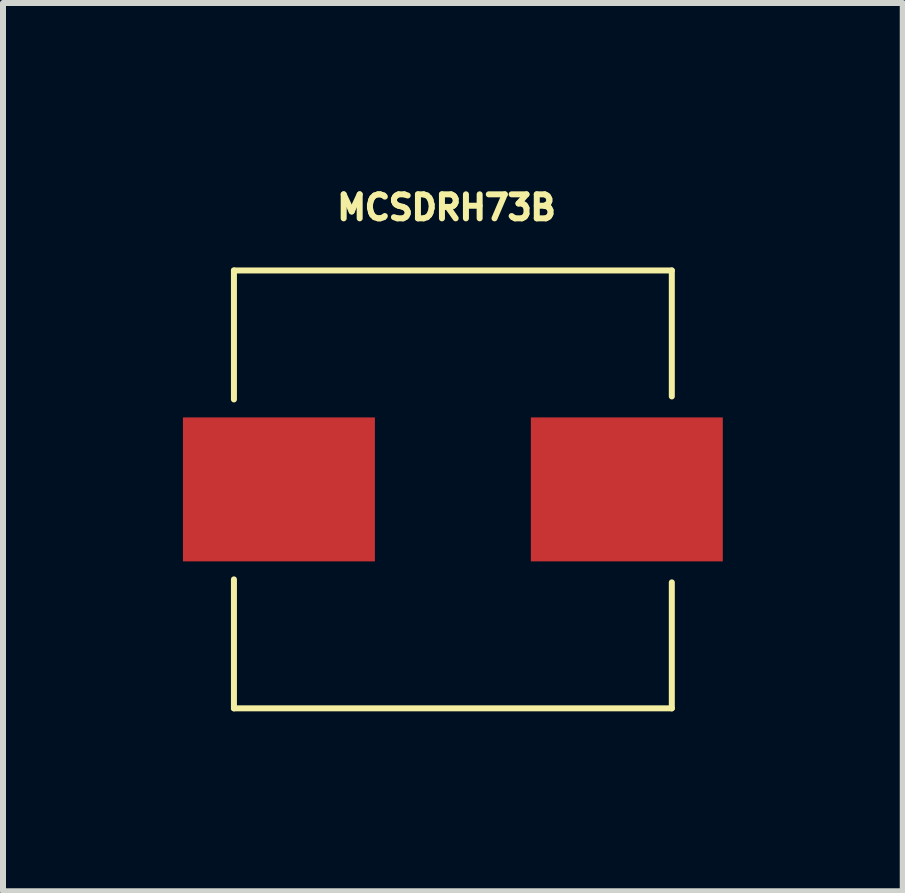
<source format=kicad_pcb>
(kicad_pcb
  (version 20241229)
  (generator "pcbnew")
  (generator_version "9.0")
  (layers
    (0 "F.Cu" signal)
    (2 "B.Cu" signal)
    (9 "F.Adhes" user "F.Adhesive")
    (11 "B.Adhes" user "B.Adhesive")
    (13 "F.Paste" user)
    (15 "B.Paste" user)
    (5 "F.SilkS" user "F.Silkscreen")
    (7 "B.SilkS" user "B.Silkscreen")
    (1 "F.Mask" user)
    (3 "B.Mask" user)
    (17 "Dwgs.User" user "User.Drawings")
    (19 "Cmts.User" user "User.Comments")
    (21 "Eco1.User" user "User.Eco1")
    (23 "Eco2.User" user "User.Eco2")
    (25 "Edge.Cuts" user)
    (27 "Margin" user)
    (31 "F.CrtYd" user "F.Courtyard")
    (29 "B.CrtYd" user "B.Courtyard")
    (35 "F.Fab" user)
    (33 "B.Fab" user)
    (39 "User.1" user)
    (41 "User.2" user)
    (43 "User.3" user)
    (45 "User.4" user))
  (footprint "MCSDRH73B"
    (layer "F.Cu")
    (at 1.6 5.109)
    (property "Reference" "MCSDRH73B" (at 2.794 -4.699 0) (layer "F.SilkS") (effects (font (size 0.4 0.4) (thickness 0.1))))
    (attr through_hole)
    (fp_line (start -0.75 -3.65) (end 6.55 -3.65) (stroke (width 0.1) (type solid)) (layer "F.SilkS"))
    (fp_line (start -0.75 -1.5) (end -0.75 -3.65) (stroke (width 0.1) (type solid)) (layer "F.SilkS"))
    (fp_line (start -0.75 3.65) (end -0.75 1.5) (stroke (width 0.1) (type solid)) (layer "F.SilkS"))
    (fp_line (start -0.75 3.65) (end 6.55 3.65) (stroke (width 0.1) (type solid)) (layer "F.SilkS"))
    (fp_line (start 6.55 -1.55) (end 6.55 -3.65) (stroke (width 0.1) (type solid)) (layer "F.SilkS"))
    (fp_line (start 6.55 3.65) (end 6.55 1.55) (stroke (width 0.1) (type solid)) (layer "F.SilkS"))
    (pad "1" smd rect (at 0 0) (size 3.2 2.4) (layers "F.Cu" "F.Mask" "F.Paste"))
    (pad "2" smd rect (at 5.8 0) (size 3.2 2.4) (layers "F.Cu" "F.Mask" "F.Paste")))
  (gr_rect
    (start -3 -3)
    (end 12 11.809)
    (stroke (width 0.1) (type default))
    (fill no)
    (layer "Edge.Cuts")))
</source>
